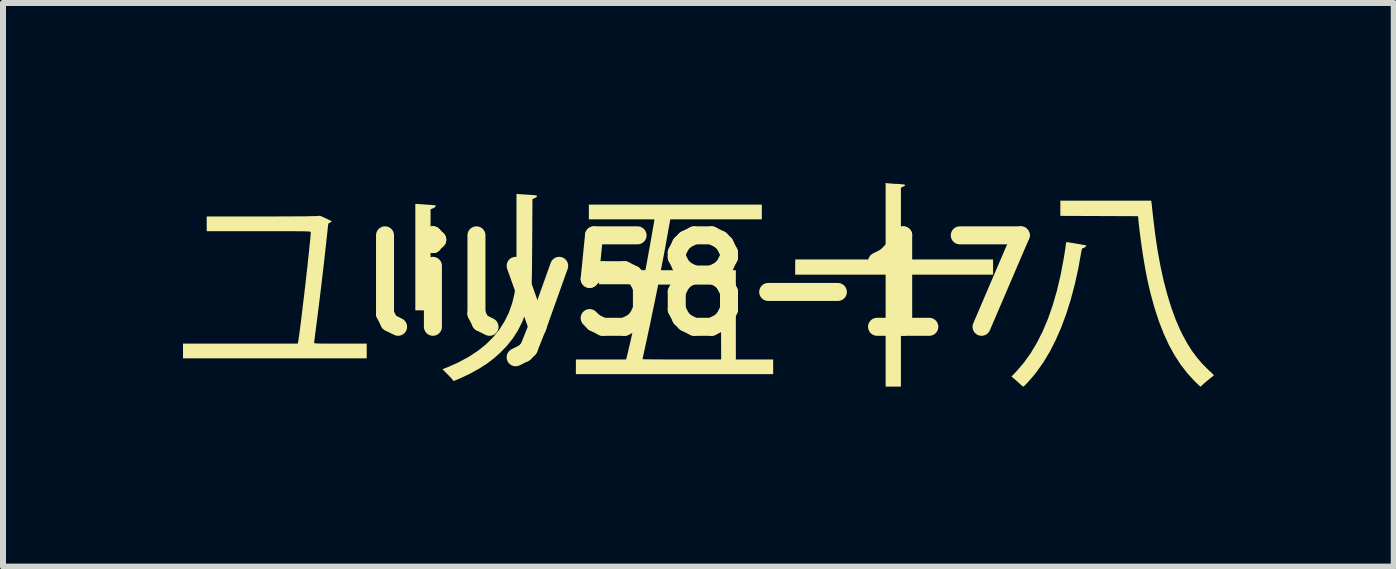
<source format=kicad_pcb>
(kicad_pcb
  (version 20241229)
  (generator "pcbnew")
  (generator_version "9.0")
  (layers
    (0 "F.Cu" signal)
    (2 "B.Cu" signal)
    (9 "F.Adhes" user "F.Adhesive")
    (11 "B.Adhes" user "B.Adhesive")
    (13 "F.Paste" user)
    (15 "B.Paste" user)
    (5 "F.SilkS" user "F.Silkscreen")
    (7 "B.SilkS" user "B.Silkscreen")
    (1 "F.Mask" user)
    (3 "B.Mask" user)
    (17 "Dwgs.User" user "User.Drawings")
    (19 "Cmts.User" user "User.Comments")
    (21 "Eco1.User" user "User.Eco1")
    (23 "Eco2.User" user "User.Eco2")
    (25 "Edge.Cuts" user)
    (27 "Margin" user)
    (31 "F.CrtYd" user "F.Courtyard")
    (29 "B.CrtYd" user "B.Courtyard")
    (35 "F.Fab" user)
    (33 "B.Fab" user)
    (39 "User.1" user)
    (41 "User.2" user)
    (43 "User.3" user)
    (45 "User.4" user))
  (footprint "lily58-17"
    (layer "F.Cu")
    (at 8.592 1.707)
    (property "Reference" "lily58-17" (at 0 0 0) (layer "F.SilkS") (effects (font (size 1.524 1.524) (thickness 0.3))))
    (attr board_only exclude_from_pos_files exclude_from_bom)
    (fp_poly (pts (xy -4.624 -1.353) (xy -4.548 -1.348) (xy -4.49 -1.344) (xy -4.446 -1.341) (xy -4.415 -1.338) (xy -4.395 -1.335) (xy -4.384 -1.332) (xy -4.379 -1.328) (xy -4.379 -1.323) (xy -4.382 -1.317) (xy -4.382 -1.317) (xy -4.397 -1.301) (xy -4.422 -1.287) (xy -4.429 -1.283) (xy -4.466 -1.269) (xy -4.466 0.415) (xy -4.72 0.415) (xy -4.72 -1.359)) (stroke (width 0) (type solid)) (fill yes) (layer "F.SilkS"))
    (fp_poly (pts (xy 3.163 -1.702) (xy 3.19 -1.699) (xy 3.231 -1.696) (xy 3.279 -1.693) (xy 3.329 -1.691) (xy 3.383 -1.687) (xy 3.42 -1.683) (xy 3.44 -1.678) (xy 3.444 -1.67) (xy 3.434 -1.66) (xy 3.411 -1.647) (xy 3.408 -1.646) (xy 3.373 -1.628) (xy 3.373 -0.433) (xy 4.909 -0.433) (xy 4.909 -0.179) (xy 3.373 -0.179) (xy 3.373 1.686) (xy 3.118 1.686) (xy 3.118 -0.179) (xy 1.611 -0.179) (xy 1.611 -0.433) (xy 3.118 -0.433) (xy 3.118 -1.707)) (stroke (width 0) (type solid)) (fill yes) (layer "F.SilkS"))
    (fp_poly (pts (xy 7.55 -1.373) (xy 7.553 -1.351) (xy 7.557 -1.314) (xy 7.562 -1.266) (xy 7.568 -1.21) (xy 7.575 -1.151) (xy 7.575 -1.149) (xy 7.61 -0.858) (xy 7.651 -0.582) (xy 7.699 -0.32) (xy 7.753 -0.074) (xy 7.814 0.157) (xy 7.88 0.371) (xy 7.952 0.568) (xy 8.03 0.748) (xy 8.074 0.836) (xy 8.147 0.97) (xy 8.222 1.088) (xy 8.302 1.196) (xy 8.389 1.298) (xy 8.487 1.398) (xy 8.53 1.437) (xy 8.561 1.467) (xy 8.579 1.486) (xy 8.586 1.498) (xy 8.585 1.506) (xy 8.582 1.508) (xy 8.564 1.52) (xy 8.537 1.54) (xy 8.504 1.567) (xy 8.469 1.596) (xy 8.436 1.624) (xy 8.41 1.647) (xy 8.395 1.662) (xy 8.378 1.678) (xy 8.367 1.686) (xy 8.366 1.686) (xy 8.358 1.68) (xy 8.338 1.663) (xy 8.311 1.637) (xy 8.277 1.604) (xy 8.258 1.585) (xy 8.142 1.458) (xy 8.033 1.316) (xy 7.932 1.16) (xy 7.838 0.989) (xy 7.752 0.802) (xy 7.673 0.599) (xy 7.601 0.379) (xy 7.536 0.143) (xy 7.49 -0.052) (xy 7.47 -0.149) (xy 7.448 -0.261) (xy 7.427 -0.384) (xy 7.406 -0.513) (xy 7.386 -0.646) (xy 7.368 -0.777) (xy 7.352 -0.903) (xy 7.338 -1.02) (xy 7.332 -1.079) (xy 7.325 -1.154) (xy 6.03 -1.159) (xy 6.03 -1.413) (xy 7.545 -1.413)) (stroke (width 0) (type solid)) (fill yes) (layer "F.SilkS"))
    (fp_poly (pts (xy 6.148 -0.721) (xy 6.151 -0.72) (xy 6.169 -0.717) (xy 6.201 -0.712) (xy 6.244 -0.705) (xy 6.294 -0.697) (xy 6.315 -0.693) (xy 6.364 -0.685) (xy 6.407 -0.677) (xy 6.439 -0.671) (xy 6.458 -0.666) (xy 6.461 -0.664) (xy 6.46 -0.655) (xy 6.447 -0.642) (xy 6.429 -0.629) (xy 6.411 -0.622) (xy 6.406 -0.622) (xy 6.397 -0.618) (xy 6.389 -0.606) (xy 6.383 -0.58) (xy 6.378 -0.554) (xy 6.328 -0.275) (xy 6.269 -0.01) (xy 6.202 0.242) (xy 6.127 0.479) (xy 6.044 0.703) (xy 5.953 0.91) (xy 5.855 1.103) (xy 5.75 1.278) (xy 5.637 1.437) (xy 5.606 1.477) (xy 5.566 1.526) (xy 5.526 1.572) (xy 5.489 1.613) (xy 5.457 1.647) (xy 5.432 1.672) (xy 5.416 1.685) (xy 5.412 1.686) (xy 5.401 1.68) (xy 5.381 1.664) (xy 5.356 1.642) (xy 5.356 1.641) (xy 5.322 1.61) (xy 5.286 1.577) (xy 5.262 1.557) (xy 5.216 1.518) (xy 5.297 1.434) (xy 5.42 1.291) (xy 5.534 1.132) (xy 5.639 0.957) (xy 5.736 0.765) (xy 5.824 0.557) (xy 5.902 0.333) (xy 5.972 0.092) (xy 6.033 -0.165) (xy 6.081 -0.418) (xy 6.092 -0.48) (xy 6.101 -0.54) (xy 6.11 -0.593) (xy 6.116 -0.636) (xy 6.12 -0.665) (xy 6.12 -0.666) (xy 6.124 -0.698) (xy 6.128 -0.715) (xy 6.135 -0.721)) (stroke (width 0) (type solid)) (fill yes) (layer "F.SilkS"))
    (fp_poly (pts (xy -2.97 -1.52) (xy -2.933 -1.518) (xy -2.885 -1.514) (xy -2.832 -1.511) (xy -2.798 -1.509) (xy -2.75 -1.506) (xy -2.718 -1.502) (xy -2.699 -1.498) (xy -2.691 -1.493) (xy -2.69 -1.489) (xy -2.698 -1.476) (xy -2.718 -1.462) (xy -2.729 -1.456) (xy -2.768 -1.438) (xy -2.772 -0.731) (xy -2.773 -0.598) (xy -2.774 -0.482) (xy -2.775 -0.382) (xy -2.775 -0.296) (xy -2.776 -0.223) (xy -2.777 -0.162) (xy -2.779 -0.11) (xy -2.78 -0.067) (xy -2.782 -0.03) (xy -2.784 0.001) (xy -2.786 0.028) (xy -2.789 0.053) (xy -2.792 0.077) (xy -2.796 0.102) (xy -2.797 0.106) (xy -2.832 0.286) (xy -2.879 0.453) (xy -2.938 0.607) (xy -3.01 0.75) (xy -3.095 0.883) (xy -3.195 1.008) (xy -3.301 1.118) (xy -3.41 1.215) (xy -3.526 1.303) (xy -3.653 1.385) (xy -3.794 1.463) (xy -3.805 1.469) (xy -3.846 1.489) (xy -3.892 1.511) (xy -3.94 1.533) (xy -3.986 1.554) (xy -4.026 1.571) (xy -4.058 1.584) (xy -4.078 1.591) (xy -4.083 1.592) (xy -4.09 1.585) (xy -4.101 1.57) (xy -4.114 1.554) (xy -4.137 1.529) (xy -4.166 1.498) (xy -4.192 1.472) (xy -4.268 1.397) (xy -4.19 1.366) (xy -4.15 1.349) (xy -4.1 1.327) (xy -4.046 1.303) (xy -3.999 1.281) (xy -3.831 1.191) (xy -3.679 1.091) (xy -3.543 0.982) (xy -3.423 0.863) (xy -3.319 0.735) (xy -3.232 0.597) (xy -3.16 0.451) (xy -3.106 0.296) (xy -3.072 0.158) (xy -3.065 0.121) (xy -3.059 0.084) (xy -3.054 0.047) (xy -3.049 0.008) (xy -3.046 -0.034) (xy -3.042 -0.081) (xy -3.04 -0.135) (xy -3.038 -0.197) (xy -3.036 -0.268) (xy -3.035 -0.351) (xy -3.034 -0.446) (xy -3.034 -0.555) (xy -3.034 -0.68) (xy -3.034 -0.822) (xy -3.034 -1.525)) (stroke (width 0) (type solid)) (fill yes) (layer "F.SilkS"))
    (fp_poly (pts (xy -6.307 -1.159) (xy -6.284 -1.151) (xy -6.25 -1.136) (xy -6.212 -1.118) (xy -6.11 -1.068) (xy -6.138 -1.05) (xy -6.158 -1.038) (xy -6.168 -1.031) (xy -6.169 -1.031) (xy -6.171 -1.022) (xy -6.174 -0.998) (xy -6.179 -0.964) (xy -6.18 -0.946) (xy -6.213 -0.643) (xy -6.247 -0.337) (xy -6.283 -0.033) (xy -6.319 0.264) (xy -6.355 0.55) (xy -6.369 0.657) (xy -6.378 0.729) (xy -6.387 0.795) (xy -6.394 0.853) (xy -6.4 0.9) (xy -6.404 0.935) (xy -6.406 0.954) (xy -6.407 0.956) (xy -6.405 0.96) (xy -6.398 0.963) (xy -6.384 0.965) (xy -6.363 0.967) (xy -6.332 0.968) (xy -6.291 0.969) (xy -6.236 0.97) (xy -6.168 0.97) (xy -6.084 0.97) (xy -5.983 0.97) (xy -5.968 0.97) (xy -5.53 0.97) (xy -5.53 1.215) (xy -8.592 1.215) (xy -8.592 0.97) (xy -6.68 0.97) (xy -6.675 0.949) (xy -6.67 0.922) (xy -6.663 0.878) (xy -6.655 0.819) (xy -6.645 0.746) (xy -6.634 0.662) (xy -6.622 0.567) (xy -6.61 0.465) (xy -6.597 0.356) (xy -6.583 0.242) (xy -6.569 0.125) (xy -6.555 0.006) (xy -6.542 -0.112) (xy -6.529 -0.228) (xy -6.516 -0.34) (xy -6.505 -0.447) (xy -6.494 -0.546) (xy -6.485 -0.636) (xy -6.477 -0.716) (xy -6.47 -0.783) (xy -6.466 -0.836) (xy -6.463 -0.873) (xy -6.463 -0.887) (xy -6.464 -0.89) (xy -6.466 -0.893) (xy -6.472 -0.895) (xy -6.482 -0.897) (xy -6.497 -0.899) (xy -6.519 -0.9) (xy -6.548 -0.901) (xy -6.587 -0.902) (xy -6.635 -0.903) (xy -6.694 -0.903) (xy -6.765 -0.904) (xy -6.85 -0.904) (xy -6.949 -0.904) (xy -7.063 -0.904) (xy -7.194 -0.904) (xy -7.33 -0.904) (xy -8.197 -0.904) (xy -8.197 -1.149) (xy -7.279 -1.149) (xy -7.126 -1.149) (xy -6.984 -1.15) (xy -6.854 -1.15) (xy -6.736 -1.151) (xy -6.632 -1.152) (xy -6.543 -1.152) (xy -6.468 -1.154) (xy -6.409 -1.155) (xy -6.367 -1.156) (xy -6.343 -1.157) (xy -6.337 -1.158) (xy -6.324 -1.161)) (stroke (width 0) (type solid)) (fill yes) (layer "F.SilkS"))
    (fp_poly (pts (xy 1.055 -1.102) (xy -0.47 -1.102) (xy -0.475 -1.076) (xy -0.478 -1.06) (xy -0.484 -1.028) (xy -0.492 -0.984) (xy -0.502 -0.929) (xy -0.513 -0.866) (xy -0.523 -0.81) (xy -0.537 -0.734) (xy -0.551 -0.653) (xy -0.566 -0.573) (xy -0.58 -0.499) (xy -0.592 -0.436) (xy -0.597 -0.412) (xy -0.628 -0.254) (xy 0.622 -0.254) (xy 0.622 1.234) (xy 1.244 1.234) (xy 1.244 1.479) (xy -2.044 1.479) (xy -2.044 1.234) (xy -1.207 1.234) (xy -1.205 1.229) (xy -0.933 1.229) (xy -0.924 1.23) (xy -0.897 1.231) (xy -0.855 1.232) (xy -0.798 1.232) (xy -0.729 1.233) (xy -0.648 1.233) (xy -0.558 1.234) (xy -0.459 1.234) (xy -0.353 1.234) (xy -0.278 1.234) (xy 0.377 1.234) (xy 0.375 0.61) (xy 0.372 -0.014) (xy -0.672 -0.014) (xy -0.736 0.301) (xy -0.756 0.396) (xy -0.778 0.501) (xy -0.801 0.612) (xy -0.824 0.723) (xy -0.847 0.827) (xy -0.866 0.919) (xy -0.867 0.921) (xy -0.883 0.994) (xy -0.897 1.061) (xy -0.91 1.119) (xy -0.92 1.168) (xy -0.928 1.204) (xy -0.932 1.225) (xy -0.933 1.229) (xy -1.205 1.229) (xy -1.197 1.199) (xy -1.189 1.164) (xy -1.177 1.116) (xy -1.163 1.055) (xy -1.146 0.984) (xy -1.128 0.904) (xy -1.109 0.818) (xy -1.089 0.728) (xy -1.069 0.635) (xy -1.048 0.541) (xy -1.028 0.448) (xy -1.009 0.359) (xy -0.991 0.275) (xy -0.975 0.198) (xy -0.96 0.13) (xy -0.949 0.072) (xy -0.94 0.028) (xy -0.934 -0.002) (xy -0.933 -0.015) (xy -0.942 -0.016) (xy -0.968 -0.017) (xy -1.008 -0.017) (xy -1.062 -0.018) (xy -1.126 -0.018) (xy -1.199 -0.019) (xy -1.278 -0.019) (xy -1.295 -0.019) (xy -1.658 -0.019) (xy -1.658 -0.254) (xy -0.886 -0.254) (xy -0.881 -0.276) (xy -0.877 -0.295) (xy -0.871 -0.329) (xy -0.862 -0.376) (xy -0.852 -0.434) (xy -0.84 -0.5) (xy -0.827 -0.572) (xy -0.813 -0.647) (xy -0.8 -0.724) (xy -0.786 -0.799) (xy -0.774 -0.871) (xy -0.762 -0.937) (xy -0.752 -0.994) (xy -0.744 -1.042) (xy -0.738 -1.076) (xy -0.735 -1.096) (xy -0.735 -1.099) (xy -0.744 -1.1) (xy -0.77 -1.1) (xy -0.812 -1.101) (xy -0.868 -1.101) (xy -0.936 -1.102) (xy -1.014 -1.102) (xy -1.102 -1.102) (xy -1.197 -1.102) (xy -1.281 -1.102) (xy -1.828 -1.102) (xy -1.828 -1.347) (xy 1.055 -1.347)) (stroke (width 0) (type solid)) (fill yes) (layer "F.SilkS")))
  (gr_rect
    (start -3 -3)
    (end 20.179 6.393)
    (stroke (width 0.1) (type default))
    (fill no)
    (layer "Edge.Cuts")))
</source>
